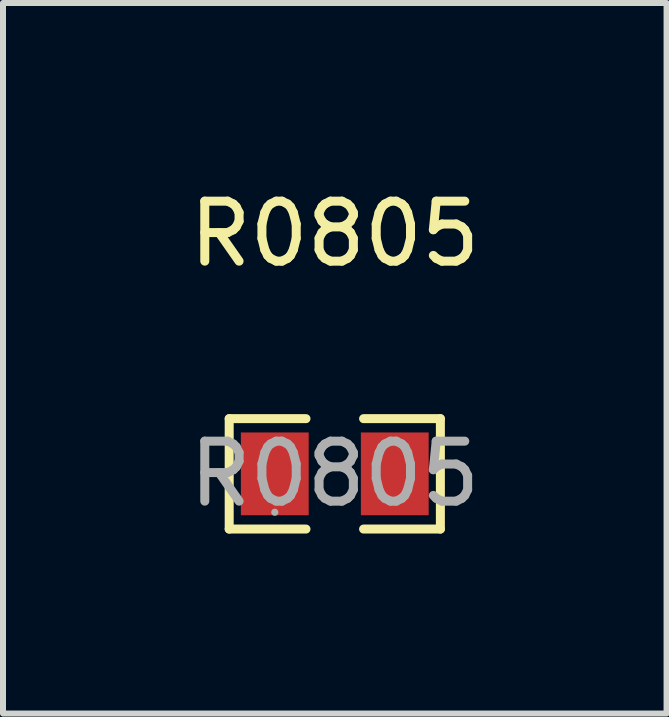
<source format=kicad_pcb>
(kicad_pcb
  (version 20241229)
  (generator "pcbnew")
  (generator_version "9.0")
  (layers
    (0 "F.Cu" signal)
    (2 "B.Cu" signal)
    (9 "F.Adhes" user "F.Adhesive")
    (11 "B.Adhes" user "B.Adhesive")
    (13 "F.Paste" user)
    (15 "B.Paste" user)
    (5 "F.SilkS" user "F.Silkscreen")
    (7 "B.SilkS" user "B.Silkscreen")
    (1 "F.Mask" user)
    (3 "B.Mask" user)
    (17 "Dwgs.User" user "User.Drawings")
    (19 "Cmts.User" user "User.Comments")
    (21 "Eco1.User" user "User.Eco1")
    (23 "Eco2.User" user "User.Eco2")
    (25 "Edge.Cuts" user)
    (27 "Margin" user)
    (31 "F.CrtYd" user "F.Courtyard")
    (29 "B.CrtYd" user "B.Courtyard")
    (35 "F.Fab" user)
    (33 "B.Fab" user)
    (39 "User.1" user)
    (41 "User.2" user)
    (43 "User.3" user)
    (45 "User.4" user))
  (footprint "R0805"
    (layer "F.Cu")
    (at 2.53 4.848)
    (property "Reference" "R0805" (at 0 -4 0) (layer "F.SilkS") (effects (font (size 1 1) (thickness 0.15))))
    (attr smd)
    (fp_line (start -1.76 -0.92) (end -0.48 -0.92) (stroke (width 0.15) (type solid)) (layer "F.SilkS"))
    (fp_line (start -1.76 0.92) (end -1.76 -0.92) (stroke (width 0.15) (type solid)) (layer "F.SilkS"))
    (fp_line (start -0.48 0.92) (end -1.76 0.92) (stroke (width 0.15) (type solid)) (layer "F.SilkS"))
    (fp_line (start 0.48 0.92) (end 1.76 0.92) (stroke (width 0.15) (type solid)) (layer "F.SilkS"))
    (fp_line (start 1.76 -0.92) (end 0.48 -0.92) (stroke (width 0.15) (type solid)) (layer "F.SilkS"))
    (fp_line (start 1.76 0.92) (end 1.76 -0.92) (stroke (width 0.15) (type solid)) (layer "F.SilkS"))
    (fp_circle (center -1 0.64) (end -0.97 0.64) (stroke (width 0.06) (type solid)) (fill no) (layer "F.Fab"))
    (fp_text user "${REFERENCE}" (at 0 0 0) (layer "F.Fab") (effects (font (size 1 1) (thickness 0.15))))
    (pad "1" smd rect (at -1 0) (size 1.13 1.38) (layers "F.Cu" "F.Mask" "F.Paste"))
    (pad "2" smd rect (at 1 0) (size 1.13 1.38) (layers "F.Cu" "F.Mask" "F.Paste")))
  (gr_rect
    (start -3 -3)
    (end 8.06 8.843)
    (stroke (width 0.1) (type default))
    (fill no)
    (layer "Edge.Cuts")))
</source>
